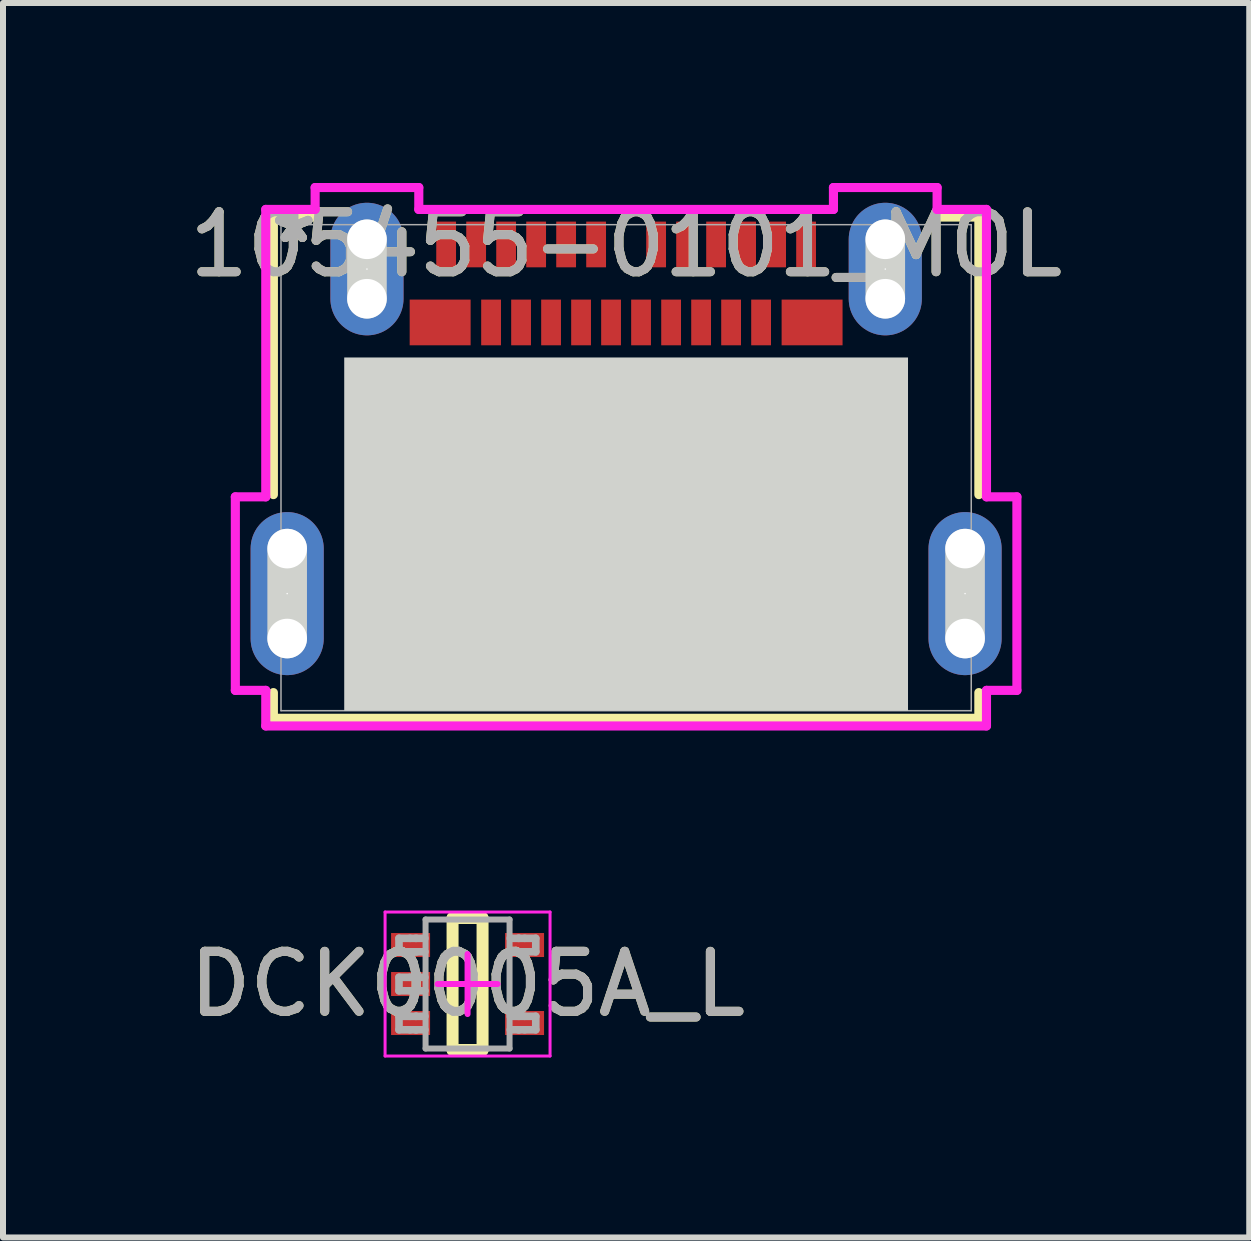
<source format=kicad_pcb>
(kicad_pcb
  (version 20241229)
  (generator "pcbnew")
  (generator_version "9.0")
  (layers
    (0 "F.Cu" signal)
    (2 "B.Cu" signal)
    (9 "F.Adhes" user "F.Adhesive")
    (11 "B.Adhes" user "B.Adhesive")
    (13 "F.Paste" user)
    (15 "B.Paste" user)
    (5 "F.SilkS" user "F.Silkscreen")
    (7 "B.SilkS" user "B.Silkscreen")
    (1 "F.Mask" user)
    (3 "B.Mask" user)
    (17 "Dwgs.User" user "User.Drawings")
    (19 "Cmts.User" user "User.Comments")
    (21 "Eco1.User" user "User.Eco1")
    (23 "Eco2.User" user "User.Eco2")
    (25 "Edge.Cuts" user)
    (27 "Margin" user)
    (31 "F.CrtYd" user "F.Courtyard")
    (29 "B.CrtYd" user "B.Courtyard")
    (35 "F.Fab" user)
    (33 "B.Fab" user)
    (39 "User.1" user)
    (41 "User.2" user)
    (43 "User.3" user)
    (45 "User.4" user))
  (footprint "DCK0005A_L"
    (layer "F.Cu")
    (at 4.744 13.353)
    (property "Reference" "DCK0005A_L" (at 0 0 0) (unlocked yes) (layer "F.SilkS") (effects (font (size 1 1) (thickness 0.15))))
    (attr smd)
    (fp_line (start -0.25 -1.1) (end 0.25 -1.1) (stroke (width 0.2) (type solid)) (layer "F.SilkS"))
    (fp_line (start -0.25 1.1) (end -0.25 -1.1) (stroke (width 0.2) (type solid)) (layer "F.SilkS"))
    (fp_line (start -0.25 1.1) (end 0.25 1.1) (stroke (width 0.2) (type solid)) (layer "F.SilkS"))
    (fp_line (start 0.25 1.1) (end 0.25 -1.1) (stroke (width 0.2) (type solid)) (layer "F.SilkS"))
    (fp_line (start -1.375 -1.2) (end 1.375 -1.2) (stroke (width 0.05) (type solid)) (layer "F.CrtYd"))
    (fp_line (start -1.375 1.2) (end -1.375 -1.2) (stroke (width 0.05) (type solid)) (layer "F.CrtYd"))
    (fp_line (start -1.375 1.2) (end 1.375 1.2) (stroke (width 0.05) (type solid)) (layer "F.CrtYd"))
    (fp_line (start -0.5 0) (end 0.5 0) (stroke (width 0.1) (type solid)) (layer "F.CrtYd"))
    (fp_line (start 0.000003 0.5) (end 0.000003 -0.5) (stroke (width 0.1) (type solid)) (layer "F.CrtYd"))
    (fp_line (start 1.375 1.2) (end 1.375 -1.2) (stroke (width 0.05) (type solid)) (layer "F.CrtYd"))
    (fp_line (start -1.143 -0.762) (end -0.959 -0.762) (stroke (width 0.127) (type solid)) (layer "F.Fab"))
    (fp_line (start -1.143 -0.537) (end -1.143 -0.762) (stroke (width 0.127) (type solid)) (layer "F.Fab"))
    (fp_line (start -1.143 -0.537) (end -0.959 -0.537) (stroke (width 0.127) (type solid)) (layer "F.Fab"))
    (fp_line (start -1.143 -0.112) (end -0.959 -0.112) (stroke (width 0.127) (type solid)) (layer "F.Fab"))
    (fp_line (start -1.143 0.113) (end -1.143 -0.112) (stroke (width 0.127) (type solid)) (layer "F.Fab"))
    (fp_line (start -1.143 0.113) (end -0.959 0.113) (stroke (width 0.127) (type solid)) (layer "F.Fab"))
    (fp_line (start -1.143 0.538) (end -0.959 0.538) (stroke (width 0.127) (type solid)) (layer "F.Fab"))
    (fp_line (start -1.143 0.763) (end -1.143 0.538) (stroke (width 0.127) (type solid)) (layer "F.Fab"))
    (fp_line (start -1.143 0.763) (end -0.959 0.763) (stroke (width 0.127) (type solid)) (layer "F.Fab"))
    (fp_line (start -0.959 -0.762) (end -0.711 -0.762) (stroke (width 0.127) (type solid)) (layer "F.Fab"))
    (fp_line (start -0.959 -0.537) (end -0.865 -0.537) (stroke (width 0.127) (type solid)) (layer "F.Fab"))
    (fp_line (start -0.959 -0.112) (end -0.865 -0.112) (stroke (width 0.127) (type solid)) (layer "F.Fab"))
    (fp_line (start -0.959 0.113) (end -0.865 0.113) (stroke (width 0.127) (type solid)) (layer "F.Fab"))
    (fp_line (start -0.959 0.538) (end -0.865 0.538) (stroke (width 0.127) (type solid)) (layer "F.Fab"))
    (fp_line (start -0.959 0.763) (end -0.865 0.763) (stroke (width 0.127) (type solid)) (layer "F.Fab"))
    (fp_line (start -0.865 -0.762) (end -0.853 -0.762) (stroke (width 0.127) (type solid)) (layer "F.Fab"))
    (fp_line (start -0.865 -0.537) (end -0.853 -0.537) (stroke (width 0.127) (type solid)) (layer "F.Fab"))
    (fp_line (start -0.865 -0.112) (end -0.853 -0.112) (stroke (width 0.127) (type solid)) (layer "F.Fab"))
    (fp_line (start -0.865 0.113) (end -0.853 0.113) (stroke (width 0.127) (type solid)) (layer "F.Fab"))
    (fp_line (start -0.865 0.538) (end -0.853 0.538) (stroke (width 0.127) (type solid)) (layer "F.Fab"))
    (fp_line (start -0.865 0.763) (end -0.853 0.763) (stroke (width 0.127) (type solid)) (layer "F.Fab"))
    (fp_line (start -0.853 -0.537) (end -0.711 -0.537) (stroke (width 0.127) (type solid)) (layer "F.Fab"))
    (fp_line (start -0.853 -0.112) (end -0.711 -0.112) (stroke (width 0.127) (type solid)) (layer "F.Fab"))
    (fp_line (start -0.853 0.113) (end -0.711 0.113) (stroke (width 0.127) (type solid)) (layer "F.Fab"))
    (fp_line (start -0.853 0.538) (end -0.711 0.538) (stroke (width 0.127) (type solid)) (layer "F.Fab"))
    (fp_line (start -0.853 0.763) (end -0.711 0.763) (stroke (width 0.127) (type solid)) (layer "F.Fab"))
    (fp_line (start -0.7 -1.075) (end 0.7 -1.075) (stroke (width 0.1) (type solid)) (layer "F.Fab"))
    (fp_line (start -0.7 1.075) (end -0.7 -1.075) (stroke (width 0.1) (type solid)) (layer "F.Fab"))
    (fp_line (start -0.7 1.075) (end 0.7 1.075) (stroke (width 0.1) (type solid)) (layer "F.Fab"))
    (fp_line (start 0.7 1.075) (end 0.7 -1.075) (stroke (width 0.1) (type solid)) (layer "F.Fab"))
    (fp_line (start 0.711 -0.762) (end 0.847 -0.762) (stroke (width 0.127) (type solid)) (layer "F.Fab"))
    (fp_line (start 0.711 -0.537) (end 0.847 -0.537) (stroke (width 0.127) (type solid)) (layer "F.Fab"))
    (fp_line (start 0.711 0.538) (end 0.847 0.538) (stroke (width 0.127) (type solid)) (layer "F.Fab"))
    (fp_line (start 0.711 0.763) (end 0.847 0.763) (stroke (width 0.127) (type solid)) (layer "F.Fab"))
    (fp_line (start 0.847 -0.762) (end 0.859 -0.762) (stroke (width 0.127) (type solid)) (layer "F.Fab"))
    (fp_line (start 0.847 -0.537) (end 0.859 -0.537) (stroke (width 0.127) (type solid)) (layer "F.Fab"))
    (fp_line (start 0.847 0.538) (end 0.859 0.538) (stroke (width 0.127) (type solid)) (layer "F.Fab"))
    (fp_line (start 0.847 0.763) (end 0.859 0.763) (stroke (width 0.127) (type solid)) (layer "F.Fab"))
    (fp_line (start 0.859 -0.762) (end 0.953 -0.762) (stroke (width 0.127) (type solid)) (layer "F.Fab"))
    (fp_line (start 0.859 -0.537) (end 0.953 -0.537) (stroke (width 0.127) (type solid)) (layer "F.Fab"))
    (fp_line (start 0.859 0.538) (end 0.953 0.538) (stroke (width 0.127) (type solid)) (layer "F.Fab"))
    (fp_line (start 0.859 0.763) (end 0.953 0.763) (stroke (width 0.127) (type solid)) (layer "F.Fab"))
    (fp_line (start 0.953 -0.762) (end 1.137 -0.762) (stroke (width 0.127) (type solid)) (layer "F.Fab"))
    (fp_line (start 0.953 -0.537) (end 1.137 -0.537) (stroke (width 0.127) (type solid)) (layer "F.Fab"))
    (fp_line (start 0.953 0.538) (end 1.137 0.538) (stroke (width 0.127) (type solid)) (layer "F.Fab"))
    (fp_line (start 0.953 0.763) (end 1.137 0.763) (stroke (width 0.127) (type solid)) (layer "F.Fab"))
    (fp_line (start 1.137 -0.537) (end 1.137 -0.762) (stroke (width 0.127) (type solid)) (layer "F.Fab"))
    (fp_line (start 1.137 0.763) (end 1.137 0.538) (stroke (width 0.127) (type solid)) (layer "F.Fab"))
    (fp_text user "${REFERENCE}" (at 0 0 0) (unlocked yes) (layer "F.Fab") (effects (font (size 1 1) (thickness 0.15))))
    (pad "1" smd rect (at -0.95 -0.65 90) (size 0.4 0.65) (layers "F.Cu" "F.Mask" "F.Paste"))
    (pad "2" smd rect (at -0.95 0 90) (size 0.4 0.65) (layers "F.Cu" "F.Mask" "F.Paste"))
    (pad "3" smd rect (at -0.95 0.65 90) (size 0.4 0.65) (layers "F.Cu" "F.Mask" "F.Paste"))
    (pad "4" smd rect (at 0.95 0.65 90) (size 0.4 0.65) (layers "F.Cu" "F.Mask" "F.Paste"))
    (pad "5" smd rect (at 0.95 -0.65 90) (size 0.4 0.65) (layers "F.Cu" "F.Mask" "F.Paste")))
  (footprint "105455-0101_MOL"
    (layer "F.Cu")
    (at 7.387 4.746)
    (property "Reference" "105455-0101_MOL" (at 0 -3.721 0) (unlocked yes) (layer "F.SilkS") (effects (font (size 1 1) (thickness 0.15))))
    (attr smd)
    (fp_line (start -5.88 -4.178) (end -5.88 0.449) (stroke (width 0.152) (type solid)) (layer "F.SilkS"))
    (fp_line (start -5.88 3.749) (end -5.88 4.178) (stroke (width 0.152) (type solid)) (layer "F.SilkS"))
    (fp_line (start -5.88 4.178) (end 5.88 4.178) (stroke (width 0.152) (type solid)) (layer "F.SilkS"))
    (fp_line (start -5.178 -4.178) (end -5.88 -4.178) (stroke (width 0.152) (type solid)) (layer "F.SilkS"))
    (fp_line (start 5.88 -4.178) (end 5.178 -4.178) (stroke (width 0.152) (type solid)) (layer "F.SilkS"))
    (fp_line (start 5.88 0.449) (end 5.88 -4.178) (stroke (width 0.152) (type solid)) (layer "F.SilkS"))
    (fp_line (start 5.88 4.178) (end 5.88 3.749) (stroke (width 0.152) (type solid)) (layer "F.SilkS"))
    (fp_line (start -5.65 2.848) (end -5.65 1.349) (stroke (width 0.66) (type solid)) (layer "Edge.Cuts"))
    (fp_line (start -4.32 -2.816) (end -4.32 -3.807) (stroke (width 0.66) (type solid)) (layer "Edge.Cuts"))
    (fp_line (start 4.32 -2.816) (end 4.32 -3.807) (stroke (width 0.66) (type solid)) (layer "Edge.Cuts"))
    (fp_line (start 5.65 2.848) (end 5.65 1.349) (stroke (width 0.66) (type solid)) (layer "Edge.Cuts"))
    (fp_poly (pts (xy -4.699 4.051) (xy -4.699 -1.837) (xy 4.699 -1.837) (xy 4.699 4.051)) (stroke (width 0) (type solid)) (fill yes) (layer "Edge.Cuts"))
    (fp_line (start -6.514 0.486) (end -6.514 3.712) (stroke (width 0.152) (type solid)) (layer "F.CrtYd"))
    (fp_line (start -6.514 3.712) (end -6.007 3.712) (stroke (width 0.152) (type solid)) (layer "F.CrtYd"))
    (fp_line (start -6.007 -4.305) (end -6.007 0.486) (stroke (width 0.152) (type solid)) (layer "F.CrtYd"))
    (fp_line (start -6.007 0.486) (end -6.514 0.486) (stroke (width 0.152) (type solid)) (layer "F.CrtYd"))
    (fp_line (start -6.007 3.712) (end -6.007 4.305) (stroke (width 0.152) (type solid)) (layer "F.CrtYd"))
    (fp_line (start -6.007 4.305) (end 6.007 4.305) (stroke (width 0.152) (type solid)) (layer "F.CrtYd"))
    (fp_line (start -5.184 -4.67) (end -5.184 -4.305) (stroke (width 0.152) (type solid)) (layer "F.CrtYd"))
    (fp_line (start -5.184 -4.305) (end -6.007 -4.305) (stroke (width 0.152) (type solid)) (layer "F.CrtYd"))
    (fp_line (start -3.456 -4.67) (end -5.184 -4.67) (stroke (width 0.152) (type solid)) (layer "F.CrtYd"))
    (fp_line (start -3.456 -4.305) (end -3.456 -4.67) (stroke (width 0.152) (type solid)) (layer "F.CrtYd"))
    (fp_line (start 3.456 -4.67) (end 3.456 -4.305) (stroke (width 0.152) (type solid)) (layer "F.CrtYd"))
    (fp_line (start 3.456 -4.305) (end -3.456 -4.305) (stroke (width 0.152) (type solid)) (layer "F.CrtYd"))
    (fp_line (start 5.184 -4.67) (end 3.456 -4.67) (stroke (width 0.152) (type solid)) (layer "F.CrtYd"))
    (fp_line (start 5.184 -4.305) (end 5.184 -4.67) (stroke (width 0.152) (type solid)) (layer "F.CrtYd"))
    (fp_line (start 6.007 -4.305) (end 5.184 -4.305) (stroke (width 0.152) (type solid)) (layer "F.CrtYd"))
    (fp_line (start 6.007 0.486) (end 6.007 -4.305) (stroke (width 0.152) (type solid)) (layer "F.CrtYd"))
    (fp_line (start 6.007 3.712) (end 6.514 3.712) (stroke (width 0.152) (type solid)) (layer "F.CrtYd"))
    (fp_line (start 6.007 4.305) (end 6.007 3.712) (stroke (width 0.152) (type solid)) (layer "F.CrtYd"))
    (fp_line (start 6.514 0.486) (end 6.007 0.486) (stroke (width 0.152) (type solid)) (layer "F.CrtYd"))
    (fp_line (start 6.514 3.712) (end 6.514 0.486) (stroke (width 0.152) (type solid)) (layer "F.CrtYd"))
    (fp_line (start -5.753 -4.051) (end -5.753 4.051) (stroke (width 0.025) (type solid)) (layer "F.Fab"))
    (fp_line (start -5.753 4.051) (end 5.753 4.051) (stroke (width 0.025) (type solid)) (layer "F.Fab"))
    (fp_line (start 0 -4.051) (end 0 -4.051) (stroke (width 0.025) (type solid)) (layer "F.Fab"))
    (fp_line (start 0 -4.051) (end 0 -4.051) (stroke (width 0.025) (type solid)) (layer "F.Fab"))
    (fp_line (start 0 -4.051) (end 0 -4.051) (stroke (width 0.025) (type solid)) (layer "F.Fab"))
    (fp_line (start 0 -4.051) (end 0 -4.051) (stroke (width 0.025) (type solid)) (layer "F.Fab"))
    (fp_line (start 5.753 -4.051) (end -5.753 -4.051) (stroke (width 0.025) (type solid)) (layer "F.Fab"))
    (fp_line (start 5.753 4.051) (end 5.753 -4.051) (stroke (width 0.025) (type solid)) (layer "F.Fab"))
    (fp_text user "*" (at -5.54 -3.721 0) (unlocked yes) (layer "F.SilkS") (effects (font (size 1 1) (thickness 0.15))))
    (fp_text user "*" (at -5.54 -3.721 0) (layer "F.SilkS") (effects (font (size 1 1) (thickness 0.15))))
    (fp_text user "*" (at -5.54 -3.721 0) (layer "F.Fab") (effects (font (size 1 1) (thickness 0.15))))
    (fp_text user "${REFERENCE}" (at 0 -3.721 0) (unlocked yes) (layer "F.Fab") (effects (font (size 1 1) (thickness 0.15))))
    (fp_text user "*" (at -5.54 -3.721 0) (unlocked yes) (layer "F.Fab") (effects (font (size 1 1) (thickness 0.15))))
    (pad "" np_thru_hole circle (at -5.65 1.349) (size 0.66 0.66) (drill 0.66) (layers "*.Cu" "*.Mask"))
    (pad "" np_thru_hole circle (at -5.65 2.848) (size 0.66 0.66) (drill 0.66) (layers "*.Cu" "*.Mask"))
    (pad "" np_thru_hole circle (at -4.32 -3.807) (size 0.66 0.66) (drill 0.66) (layers "*.Cu" "*.Mask"))
    (pad "" np_thru_hole circle (at -4.32 -2.816) (size 0.66 0.66) (drill 0.66) (layers "*.Cu" "*.Mask"))
    (pad "" np_thru_hole circle (at 4.32 -3.807) (size 0.66 0.66) (drill 0.66) (layers "*.Cu" "*.Mask"))
    (pad "" np_thru_hole circle (at 4.32 -2.816) (size 0.66 0.66) (drill 0.66) (layers "*.Cu" "*.Mask"))
    (pad "" np_thru_hole circle (at 5.65 1.349) (size 0.66 0.66) (drill 0.66) (layers "*.Cu" "*.Mask"))
    (pad "" np_thru_hole circle (at 5.65 2.848) (size 0.66 0.66) (drill 0.66) (layers "*.Cu" "*.Mask"))
    (pad "25" thru_hole oval (at -4.32 -3.311 90) (size 2.21 1.219) (drill 0.025) (layers "*.Cu" "*.Mask"))
    (pad "26" thru_hole oval (at 4.32 -3.311 90) (size 2.21 1.219) (drill 0.025) (layers "*.Cu" "*.Mask"))
    (pad "27" thru_hole oval (at -5.65 2.099 90) (size 2.718 1.219) (drill 0.025) (layers "*.Cu" "*.Mask"))
    (pad "28" thru_hole oval (at 5.65 2.099 90) (size 2.718 1.219) (drill 0.025) (layers "*.Cu" "*.Mask"))
    (pad "A1" smd rect (at -3 -3.721) (size 0.33 0.762) (layers "F.Cu" "F.Mask" "F.Paste"))
    (pad "A2" smd rect (at -2.5 -3.721) (size 0.33 0.762) (layers "F.Cu" "F.Mask" "F.Paste"))
    (pad "A3" smd rect (at -2 -3.721) (size 0.33 0.762) (layers "F.Cu" "F.Mask" "F.Paste"))
    (pad "A4" smd rect (at -1.5 -3.721) (size 0.33 0.762) (layers "F.Cu" "F.Mask" "F.Paste"))
    (pad "A5" smd rect (at -1 -3.721) (size 0.33 0.762) (layers "F.Cu" "F.Mask" "F.Paste"))
    (pad "A6" smd rect (at -0.5 -3.721) (size 0.33 0.762) (layers "F.Cu" "F.Mask" "F.Paste"))
    (pad "A7" smd rect (at 0.5 -3.721) (size 0.33 0.762) (layers "F.Cu" "F.Mask" "F.Paste"))
    (pad "A8" smd rect (at 1 -3.721) (size 0.33 0.762) (layers "F.Cu" "F.Mask" "F.Paste"))
    (pad "A9" smd rect (at 1.5 -3.721) (size 0.33 0.762) (layers "F.Cu" "F.Mask" "F.Paste"))
    (pad "A10" smd rect (at 2 -3.721) (size 0.33 0.762) (layers "F.Cu" "F.Mask" "F.Paste"))
    (pad "A11" smd rect (at 2.5 -3.721) (size 0.33 0.762) (layers "F.Cu" "F.Mask" "F.Paste"))
    (pad "A12" smd rect (at 3 -3.721) (size 0.33 0.762) (layers "F.Cu" "F.Mask" "F.Paste"))
    (pad "B1" smd rect (at 3.1 -2.421) (size 1.016 0.762) (layers "F.Cu" "F.Mask" "F.Paste"))
    (pad "B2" smd rect (at 2.25 -2.421) (size 0.33 0.762) (layers "F.Cu" "F.Mask" "F.Paste"))
    (pad "B3" smd rect (at 1.75 -2.421) (size 0.33 0.762) (layers "F.Cu" "F.Mask" "F.Paste"))
    (pad "B4" smd rect (at 1.25 -2.421) (size 0.33 0.762) (layers "F.Cu" "F.Mask" "F.Paste"))
    (pad "B5" smd rect (at 0.75 -2.421) (size 0.33 0.762) (layers "F.Cu" "F.Mask" "F.Paste"))
    (pad "B6" smd rect (at 0.249 -2.421) (size 0.33 0.762) (layers "F.Cu" "F.Mask" "F.Paste"))
    (pad "B7" smd rect (at -0.251 -2.421) (size 0.33 0.762) (layers "F.Cu" "F.Mask" "F.Paste"))
    (pad "B8" smd rect (at -0.751 -2.421) (size 0.33 0.762) (layers "F.Cu" "F.Mask" "F.Paste"))
    (pad "B9" smd rect (at -1.251 -2.421) (size 0.33 0.762) (layers "F.Cu" "F.Mask" "F.Paste"))
    (pad "B10" smd rect (at -1.751 -2.421) (size 0.33 0.762) (layers "F.Cu" "F.Mask" "F.Paste"))
    (pad "B11" smd rect (at -2.251 -2.421) (size 0.33 0.762) (layers "F.Cu" "F.Mask" "F.Paste"))
    (pad "B12" smd rect (at -3.1 -2.421) (size 1.016 0.762) (layers "F.Cu" "F.Mask" "F.Paste")))
  (gr_rect
    (start -3 -3)
    (end 17.774 17.578)
    (stroke (width 0.1) (type default))
    (fill no)
    (layer "Edge.Cuts")))
</source>
